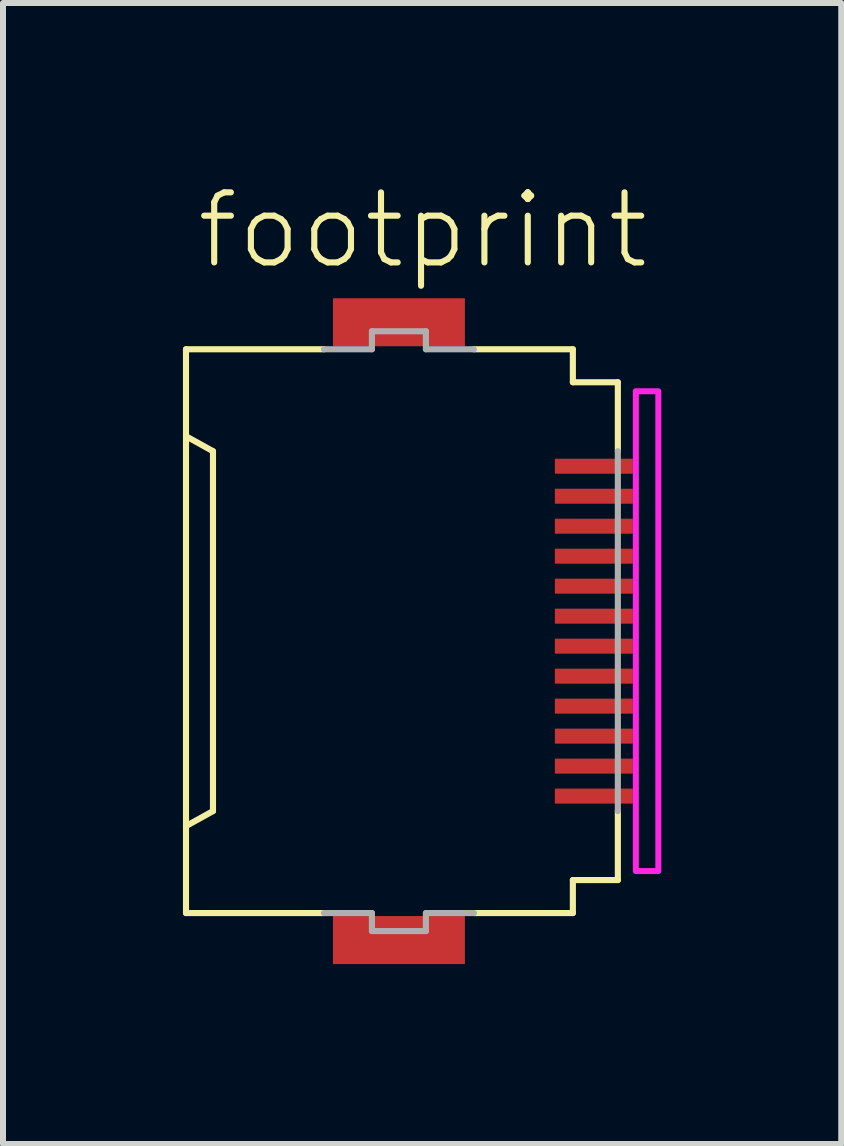
<source format=kicad_pcb>
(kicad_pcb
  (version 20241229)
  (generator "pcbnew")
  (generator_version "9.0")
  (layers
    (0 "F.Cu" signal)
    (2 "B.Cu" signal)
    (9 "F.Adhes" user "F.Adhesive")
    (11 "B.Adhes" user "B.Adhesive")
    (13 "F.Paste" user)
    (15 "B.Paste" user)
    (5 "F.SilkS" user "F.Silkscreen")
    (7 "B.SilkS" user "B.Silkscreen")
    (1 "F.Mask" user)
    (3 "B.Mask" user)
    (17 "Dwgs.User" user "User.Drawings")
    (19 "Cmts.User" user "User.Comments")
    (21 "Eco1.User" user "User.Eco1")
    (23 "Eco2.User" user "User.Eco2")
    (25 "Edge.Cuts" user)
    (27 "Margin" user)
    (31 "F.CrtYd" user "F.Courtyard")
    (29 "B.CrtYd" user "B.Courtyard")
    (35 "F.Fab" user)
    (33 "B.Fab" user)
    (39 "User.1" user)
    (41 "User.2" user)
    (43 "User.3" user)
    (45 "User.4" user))
  (footprint "footprint"
    (layer "F.Cu")
    (at 3.676 7.473)
    (property "Reference" "footprint" (at -3.5 -6 0) (layer "F.SilkS") (effects (font (size 1.168 1.168) (thickness 0.102)) (justify left bottom)))
    (fp_poly (pts (xy 2.475 -2.575) (xy 3.875 -2.575) (xy 3.875 -2.925) (xy 2.475 -2.925)) (stroke (width 0) (type solid)) (fill yes) (layer "F.Mask"))
    (fp_poly (pts (xy 2.475 -2.075) (xy 3.875 -2.075) (xy 3.875 -2.425) (xy 2.475 -2.425)) (stroke (width 0) (type solid)) (fill yes) (layer "F.Mask"))
    (fp_poly (pts (xy 2.475 -1.575) (xy 3.875 -1.575) (xy 3.875 -1.925) (xy 2.475 -1.925)) (stroke (width 0) (type solid)) (fill yes) (layer "F.Mask"))
    (fp_poly (pts (xy 2.475 -1.075) (xy 3.875 -1.075) (xy 3.875 -1.425) (xy 2.475 -1.425)) (stroke (width 0) (type solid)) (fill yes) (layer "F.Mask"))
    (fp_poly (pts (xy 2.475 -0.575) (xy 3.875 -0.575) (xy 3.875 -0.925) (xy 2.475 -0.925)) (stroke (width 0) (type solid)) (fill yes) (layer "F.Mask"))
    (fp_poly (pts (xy 2.475 -0.075) (xy 3.875 -0.075) (xy 3.875 -0.425) (xy 2.475 -0.425)) (stroke (width 0) (type solid)) (fill yes) (layer "F.Mask"))
    (fp_poly (pts (xy 2.475 0.425) (xy 3.875 0.425) (xy 3.875 0.075) (xy 2.475 0.075)) (stroke (width 0) (type solid)) (fill yes) (layer "F.Mask"))
    (fp_poly (pts (xy 2.475 0.925) (xy 3.875 0.925) (xy 3.875 0.575) (xy 2.475 0.575)) (stroke (width 0) (type solid)) (fill yes) (layer "F.Mask"))
    (fp_poly (pts (xy 2.475 1.425) (xy 3.875 1.425) (xy 3.875 1.075) (xy 2.475 1.075)) (stroke (width 0) (type solid)) (fill yes) (layer "F.Mask"))
    (fp_poly (pts (xy 2.475 1.925) (xy 3.875 1.925) (xy 3.875 1.575) (xy 2.475 1.575)) (stroke (width 0) (type solid)) (fill yes) (layer "F.Mask"))
    (fp_poly (pts (xy 2.475 2.425) (xy 3.875 2.425) (xy 3.875 2.075) (xy 2.475 2.075)) (stroke (width 0) (type solid)) (fill yes) (layer "F.Mask"))
    (fp_poly (pts (xy 2.475 2.925) (xy 3.875 2.925) (xy 3.875 2.575) (xy 2.475 2.575)) (stroke (width 0) (type solid)) (fill yes) (layer "F.Mask"))
    (fp_line (start -3.625 -4.7) (end -1.325 -4.7) (stroke (width 0.102) (type solid)) (layer "F.SilkS"))
    (fp_line (start -3.625 -3.25) (end -3.625 -4.7) (stroke (width 0.102) (type solid)) (layer "F.SilkS"))
    (fp_line (start -3.625 -3.25) (end -3.625 3.25) (stroke (width 0.102) (type solid)) (layer "F.SilkS"))
    (fp_line (start -3.625 3.25) (end -3.175 3) (stroke (width 0.102) (type solid)) (layer "F.SilkS"))
    (fp_line (start -3.625 4.7) (end -3.625 3.25) (stroke (width 0.102) (type solid)) (layer "F.SilkS"))
    (fp_line (start -3.175 -3) (end -3.625 -3.25) (stroke (width 0.102) (type solid)) (layer "F.SilkS"))
    (fp_line (start -3.175 3) (end -3.175 -3) (stroke (width 0.102) (type solid)) (layer "F.SilkS"))
    (fp_line (start -1.325 4.7) (end -3.625 4.7) (stroke (width 0.102) (type solid)) (layer "F.SilkS"))
    (fp_line (start 1.175 -4.7) (end 2.825 -4.7) (stroke (width 0.102) (type solid)) (layer "F.SilkS"))
    (fp_line (start 1.175 4.7) (end 2.825 4.7) (stroke (width 0.102) (type solid)) (layer "F.SilkS"))
    (fp_line (start 2.825 -4.7) (end 2.825 -4.15) (stroke (width 0.102) (type solid)) (layer "F.SilkS"))
    (fp_line (start 2.825 -4.15) (end 3.575 -4.15) (stroke (width 0.102) (type solid)) (layer "F.SilkS"))
    (fp_line (start 2.825 4.15) (end 2.825 4.7) (stroke (width 0.102) (type solid)) (layer "F.SilkS"))
    (fp_line (start 2.825 4.15) (end 3.575 4.15) (stroke (width 0.102) (type solid)) (layer "F.SilkS"))
    (fp_line (start 3.575 -4.15) (end 3.575 -3) (stroke (width 0.102) (type solid)) (layer "F.SilkS"))
    (fp_line (start 3.575 3) (end 3.575 4.15) (stroke (width 0.102) (type solid)) (layer "F.SilkS"))
    (fp_poly (pts (xy 3.875 4) (xy 4.25 4) (xy 4.25 -4) (xy 3.875 -4)) (stroke (width 0.1) (type solid)) (fill no) (layer "F.CrtYd"))
    (fp_line (start -1.325 -4.7) (end -0.525 -4.7) (stroke (width 0.102) (type solid)) (layer "F.Fab"))
    (fp_line (start -0.525 -5) (end 0.375 -5) (stroke (width 0.102) (type solid)) (layer "F.Fab"))
    (fp_line (start -0.525 -4.7) (end -0.525 -5) (stroke (width 0.102) (type solid)) (layer "F.Fab"))
    (fp_line (start -0.525 4.7) (end -1.325 4.7) (stroke (width 0.102) (type solid)) (layer "F.Fab"))
    (fp_line (start -0.525 5) (end -0.525 4.7) (stroke (width 0.102) (type solid)) (layer "F.Fab"))
    (fp_line (start 0.375 -5) (end 0.375 -4.7) (stroke (width 0.102) (type solid)) (layer "F.Fab"))
    (fp_line (start 0.375 -4.7) (end 1.175 -4.7) (stroke (width 0.102) (type solid)) (layer "F.Fab"))
    (fp_line (start 0.375 4.7) (end 0.375 5) (stroke (width 0.102) (type solid)) (layer "F.Fab"))
    (fp_line (start 0.375 5) (end -0.525 5) (stroke (width 0.102) (type solid)) (layer "F.Fab"))
    (fp_line (start 1.175 4.7) (end 0.375 4.7) (stroke (width 0.102) (type solid)) (layer "F.Fab"))
    (fp_line (start 3.575 -3) (end 3.575 3) (stroke (width 0.102) (type solid)) (layer "F.Fab"))
    (pad "1" smd rect (at 3.175 -2.75) (size 1.3 0.25) (layers "F.Cu" "F.Paste"))
    (pad "2" smd rect (at 3.175 -2.25) (size 1.3 0.25) (layers "F.Cu" "F.Paste"))
    (pad "3" smd rect (at 3.175 -1.75) (size 1.3 0.25) (layers "F.Cu" "F.Paste"))
    (pad "4" smd rect (at 3.175 -1.25) (size 1.3 0.25) (layers "F.Cu" "F.Paste"))
    (pad "5" smd rect (at 3.175 -0.75) (size 1.3 0.25) (layers "F.Cu" "F.Paste"))
    (pad "6" smd rect (at 3.175 -0.25) (size 1.3 0.25) (layers "F.Cu" "F.Paste"))
    (pad "7" smd rect (at 3.175 0.25) (size 1.3 0.25) (layers "F.Cu" "F.Paste"))
    (pad "8" smd rect (at 3.175 0.75) (size 1.3 0.25) (layers "F.Cu" "F.Paste"))
    (pad "9" smd rect (at 3.175 1.25) (size 1.3 0.25) (layers "F.Cu" "F.Paste"))
    (pad "10" smd rect (at 3.175 1.75) (size 1.3 0.25) (layers "F.Cu" "F.Paste"))
    (pad "11" smd rect (at 3.175 2.25) (size 1.3 0.25) (layers "F.Cu" "F.Paste"))
    (pad "12" smd rect (at 3.175 2.75) (size 1.3 0.25) (layers "F.Cu" "F.Paste"))
    (pad "M1" smd rect (at -0.075 -5.15) (size 2.2 0.8) (layers "F.Cu" "F.Mask" "F.Paste"))
    (pad "M2" smd rect (at -0.075 5.15) (size 2.2 0.8) (layers "F.Cu" "F.Mask" "F.Paste"))
    (zone (net_name "") (layers "F.Cu" "B.Cu") (hatch edge 0.508) (connect_pads) (min_thickness 0.254) (filled_areas_thickness no) (keepout (tracks allowed) (vias not_allowed) (pads allowed) (copperpour allowed) (footprints allowed)) (placement (enabled no)) (fill) (polygon (pts (xy 3.901 10.473) (xy 6.151 10.473) (xy 6.151 4.473) (xy 3.901 4.473)))))
  (gr_rect
    (start -3 -3)
    (end 10.976 16.023)
    (stroke (width 0.1) (type default))
    (fill no)
    (layer "Edge.Cuts")))
</source>
